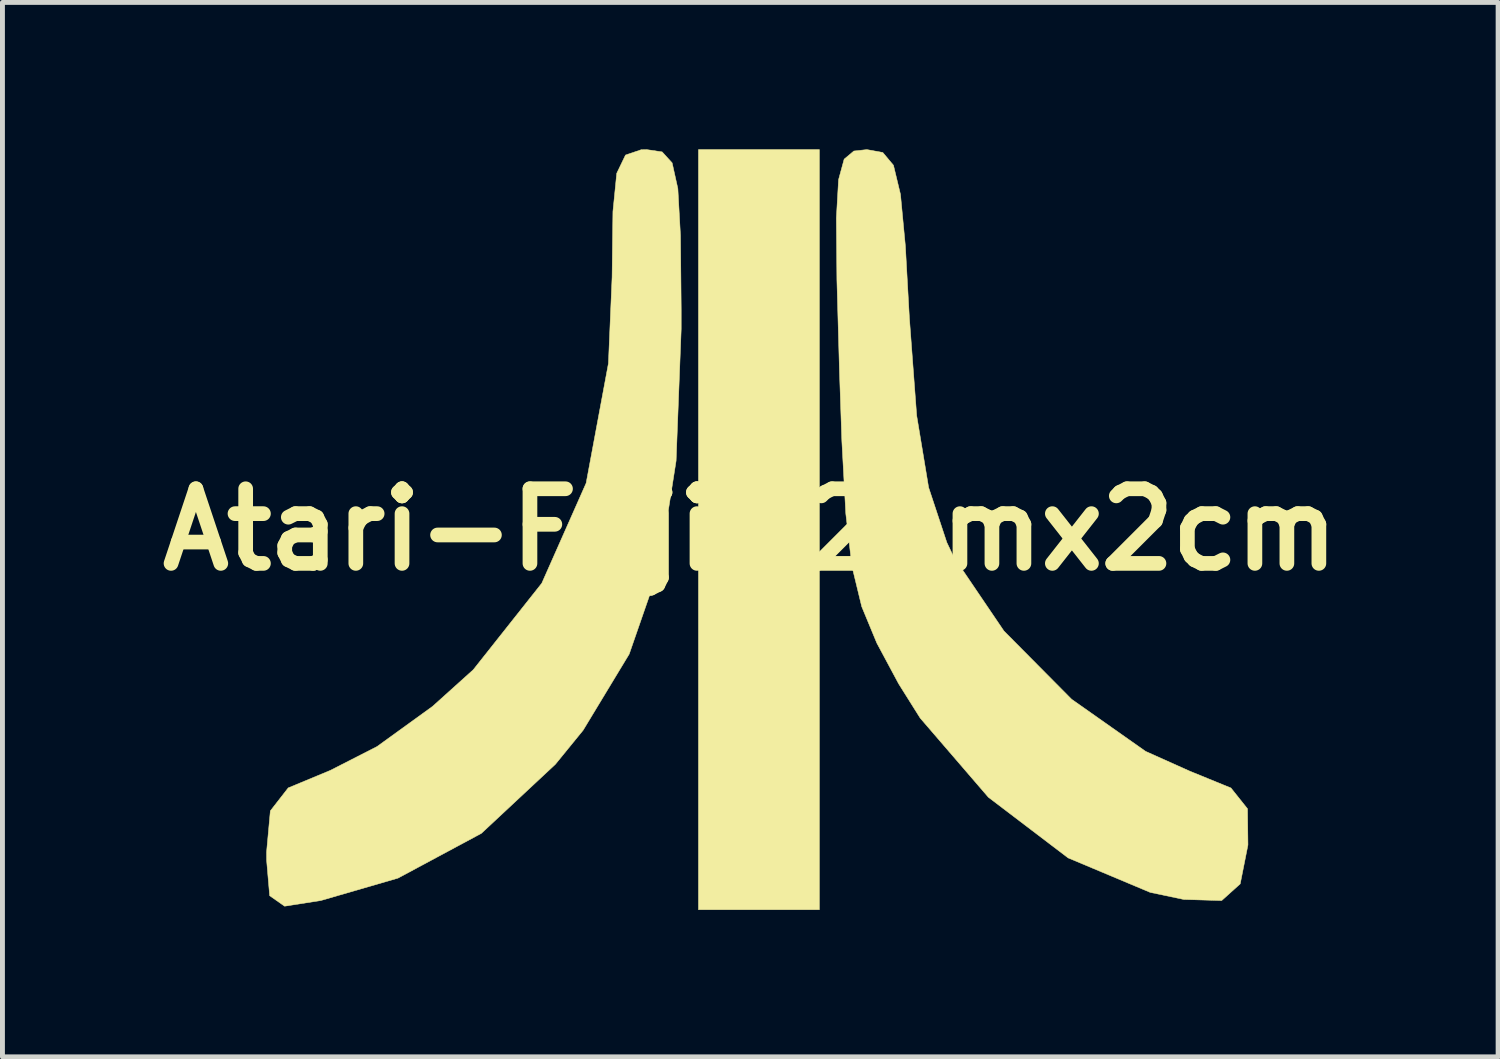
<source format=kicad_pcb>
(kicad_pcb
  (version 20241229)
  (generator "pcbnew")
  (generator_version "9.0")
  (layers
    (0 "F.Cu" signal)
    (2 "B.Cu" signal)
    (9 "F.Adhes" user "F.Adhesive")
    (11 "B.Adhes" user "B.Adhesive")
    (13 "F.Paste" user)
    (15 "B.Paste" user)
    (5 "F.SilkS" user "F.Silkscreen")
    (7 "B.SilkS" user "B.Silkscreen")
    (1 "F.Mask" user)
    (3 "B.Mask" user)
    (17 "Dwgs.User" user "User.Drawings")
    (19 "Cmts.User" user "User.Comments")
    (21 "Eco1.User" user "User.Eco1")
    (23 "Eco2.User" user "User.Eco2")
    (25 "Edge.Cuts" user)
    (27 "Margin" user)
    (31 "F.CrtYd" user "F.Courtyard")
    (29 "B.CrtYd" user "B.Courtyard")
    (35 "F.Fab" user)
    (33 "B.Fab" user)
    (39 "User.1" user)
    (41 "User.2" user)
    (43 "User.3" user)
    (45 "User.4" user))
  (footprint "Atari-Fuji-2cmx2cm"
    (layer "F.Cu")
    (at 12.272 7.766)
    (property "Reference" "Atari-Fuji-2cmx2cm" (at 0 0 0) (layer "F.SilkS") (effects (font (size 1.524 1.524) (thickness 0.3))))
    (attr through_hole)
    (fp_poly (pts (xy 1.411 7.761) (xy -1.058 7.761) (xy -1.058 -7.761) (xy 1.411 -7.761) (xy 1.411 7.761)) (stroke (width 0.01) (type solid)) (fill yes) (layer "F.SilkS"))
    (fp_poly (pts (xy -1.8 -7.714) (xy -1.596 -7.49) (xy -1.479 -6.963) (xy -1.426 -6.008) (xy -1.411 -4.499) (xy -1.411 -4.097) (xy -1.515 -1.405) (xy -1.854 0.758) (xy -2.473 2.542) (xy -3.414 4.097) (xy -3.981 4.793) (xy -5.492 6.203) (xy -7.195 7.117) (xy -8.769 7.574) (xy -9.51 7.69) (xy -9.815 7.476) (xy -9.877 6.756) (xy -9.878 6.582) (xy -9.801 5.743) (xy -9.436 5.274) (xy -8.582 4.919) (xy -8.577 4.917) (xy -7.623 4.43) (xy -6.489 3.61) (xy -5.657 2.861) (xy -4.258 1.095) (xy -3.352 -0.95) (xy -2.897 -3.394) (xy -2.822 -5.156) (xy -2.805 -6.496) (xy -2.727 -7.278) (xy -2.548 -7.65) (xy -2.229 -7.758) (xy -2.117 -7.761) (xy -1.8 -7.714)) (stroke (width 0.01) (type solid)) (fill yes) (layer "F.SilkS"))
    (fp_poly (pts (xy 2.706 -7.702) (xy 2.924 -7.441) (xy 3.067 -6.847) (xy 3.167 -5.795) (xy 3.249 -4.322) (xy 3.398 -2.329) (xy 3.642 -0.86) (xy 4.013 0.261) (xy 4.152 0.553) (xy 5.18 2.07) (xy 6.562 3.464) (xy 8.073 4.528) (xy 8.97 4.93) (xy 9.816 5.276) (xy 10.154 5.7) (xy 10.163 6.432) (xy 10.162 6.445) (xy 10.005 7.234) (xy 9.626 7.575) (xy 8.852 7.552) (xy 8.167 7.408) (xy 6.491 6.704) (xy 4.862 5.465) (xy 3.469 3.847) (xy 3.03 3.148) (xy 2.584 2.316) (xy 2.276 1.572) (xy 2.076 0.748) (xy 1.951 -0.325) (xy 1.87 -1.813) (xy 1.821 -3.252) (xy 1.769 -5.105) (xy 1.758 -6.365) (xy 1.803 -7.148) (xy 1.917 -7.566) (xy 2.115 -7.732) (xy 2.381 -7.761) (xy 2.706 -7.702)) (stroke (width 0.01) (type solid)) (fill yes) (layer "F.SilkS")))
  (gr_rect
    (start -3 -3)
    (end 27.544 18.532)
    (stroke (width 0.1) (type default))
    (fill no)
    (layer "Edge.Cuts")))
</source>
